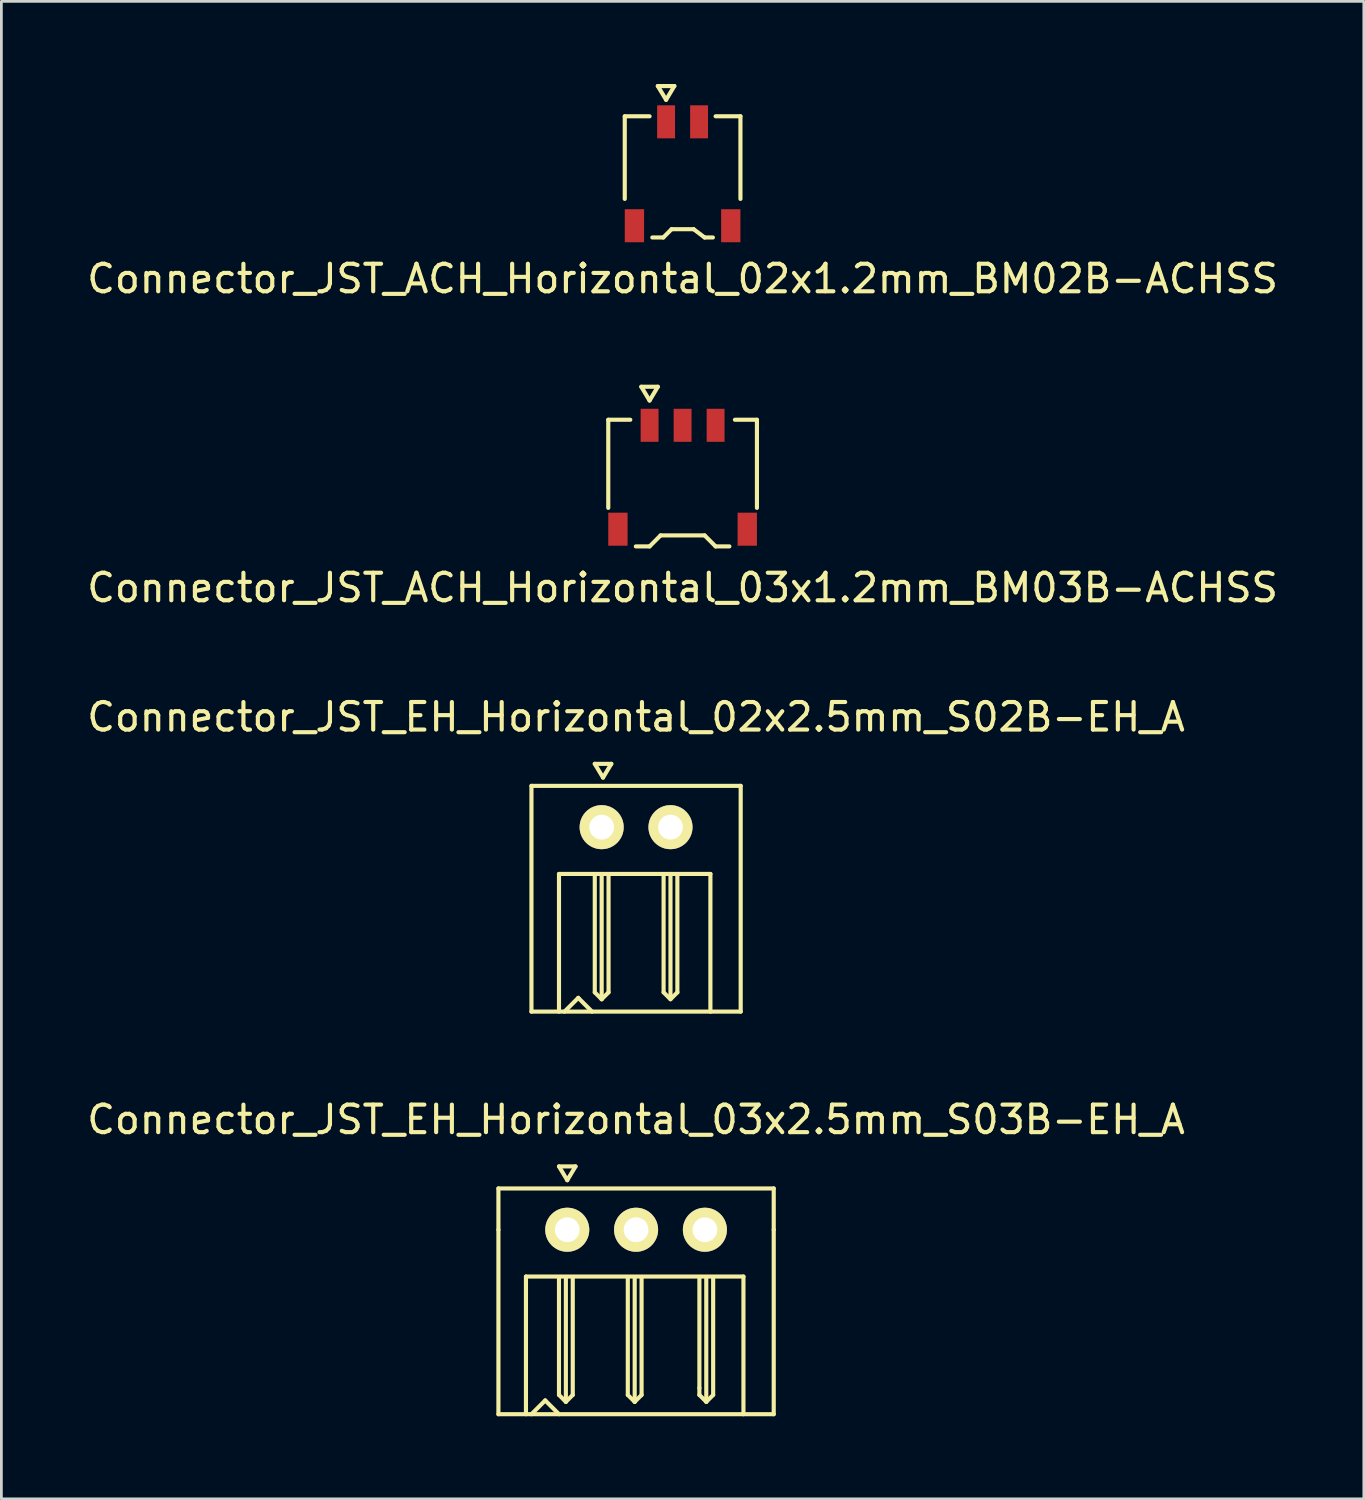
<source format=kicad_pcb>
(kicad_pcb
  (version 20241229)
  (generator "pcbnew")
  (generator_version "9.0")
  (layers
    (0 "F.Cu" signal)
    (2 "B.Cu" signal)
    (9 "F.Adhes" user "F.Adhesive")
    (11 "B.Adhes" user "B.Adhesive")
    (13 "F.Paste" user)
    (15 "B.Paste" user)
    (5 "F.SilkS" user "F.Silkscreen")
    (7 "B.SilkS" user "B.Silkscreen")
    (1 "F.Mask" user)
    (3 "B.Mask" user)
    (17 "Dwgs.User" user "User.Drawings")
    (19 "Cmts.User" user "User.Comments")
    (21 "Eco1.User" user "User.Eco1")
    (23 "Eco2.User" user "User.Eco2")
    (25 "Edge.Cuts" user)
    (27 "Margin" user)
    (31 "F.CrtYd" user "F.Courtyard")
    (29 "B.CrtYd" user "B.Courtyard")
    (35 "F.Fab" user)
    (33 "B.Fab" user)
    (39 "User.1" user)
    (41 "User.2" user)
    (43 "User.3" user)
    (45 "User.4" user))
  (footprint "Connector_JST_ACH_Horizontal_02x1.2mm_BM02B-ACHSS"
    (layer "F.Cu")
    (at 21.744 1.375)
    (property "Reference" "Connector_JST_ACH_Horizontal_02x1.2mm_BM02B-ACHSS" (at 0 5.7 0) (layer "F.SilkS") (effects (font (size 1 1) (thickness 0.15))))
    (attr smd)
    (fp_line (start -2.101 -0.201) (end -1.199 -0.201) (stroke (width 0.15) (type solid)) (layer "F.SilkS"))
    (fp_line (start -2.101 2.8) (end -2.101 -0.201) (stroke (width 0.15) (type solid)) (layer "F.SilkS"))
    (fp_line (start -0.9 -1.3) (end -0.6 -0.8) (stroke (width 0.15) (type solid)) (layer "F.SilkS"))
    (fp_line (start -0.701 4.201) (end -1.1 4.201) (stroke (width 0.15) (type solid)) (layer "F.SilkS"))
    (fp_line (start -0.6 -0.8) (end -0.3 -1.3) (stroke (width 0.15) (type solid)) (layer "F.SilkS"))
    (fp_line (start -0.399 3.899) (end -0.701 4.201) (stroke (width 0.15) (type solid)) (layer "F.SilkS"))
    (fp_line (start -0.3 -1.3) (end -0.9 -1.3) (stroke (width 0.15) (type solid)) (layer "F.SilkS"))
    (fp_line (start 0.399 3.899) (end -0.399 3.899) (stroke (width 0.15) (type solid)) (layer "F.SilkS"))
    (fp_line (start 0.8 4.201) (end 0.399 3.899) (stroke (width 0.15) (type solid)) (layer "F.SilkS"))
    (fp_line (start 1.1 4.201) (end 0.8 4.201) (stroke (width 0.15) (type solid)) (layer "F.SilkS"))
    (fp_line (start 1.199 -0.201) (end 2.101 -0.201) (stroke (width 0.15) (type solid)) (layer "F.SilkS"))
    (fp_line (start 2.101 2.8) (end 2.101 -0.201) (stroke (width 0.15) (type solid)) (layer "F.SilkS"))
    (pad "" smd rect (at -1.75 3.774) (size 0.701 1.2) (layers "F.Cu" "F.Mask" "F.Paste"))
    (pad "" smd rect (at 1.75 3.774) (size 0.701 1.2) (layers "F.Cu" "F.Mask" "F.Paste"))
    (pad "1" smd rect (at -0.599 0) (size 0.65 1.2) (layers "F.Cu" "F.Mask" "F.Paste"))
    (pad "2" smd rect (at 0.599 0) (size 0.65 1.2) (layers "F.Cu" "F.Mask" "F.Paste")))
  (footprint "Connector_JST_ACH_Horizontal_03x1.2mm_BM03B-ACHSS"
    (layer "F.Cu")
    (at 21.744 12.398)
    (property "Reference" "Connector_JST_ACH_Horizontal_03x1.2mm_BM03B-ACHSS" (at 0 5.9 180) (layer "F.SilkS") (effects (font (size 1 1) (thickness 0.15))))
    (attr smd)
    (fp_line (start -2.7 -0.201) (end -1.9 -0.201) (stroke (width 0.15) (type solid)) (layer "F.SilkS"))
    (fp_line (start -2.7 3) (end -2.7 -0.201) (stroke (width 0.15) (type solid)) (layer "F.SilkS"))
    (fp_line (start -1.699 4.399) (end -1.199 4.399) (stroke (width 0.15) (type solid)) (layer "F.SilkS"))
    (fp_line (start -1.5 -1.4) (end -1.2 -0.9) (stroke (width 0.15) (type solid)) (layer "F.SilkS"))
    (fp_line (start -1.2 -0.9) (end -0.9 -1.4) (stroke (width 0.15) (type solid)) (layer "F.SilkS"))
    (fp_line (start -1.199 4.399) (end -0.8 4) (stroke (width 0.15) (type solid)) (layer "F.SilkS"))
    (fp_line (start -0.9 -1.4) (end -1.5 -1.4) (stroke (width 0.15) (type solid)) (layer "F.SilkS"))
    (fp_line (start -0.8 4) (end 0.8 4) (stroke (width 0.15) (type solid)) (layer "F.SilkS"))
    (fp_line (start 0.8 4) (end 1.199 4.399) (stroke (width 0.15) (type solid)) (layer "F.SilkS"))
    (fp_line (start 1.699 4.399) (end 1.199 4.399) (stroke (width 0.15) (type solid)) (layer "F.SilkS"))
    (fp_line (start 2.7 -0.201) (end 1.9 -0.201) (stroke (width 0.15) (type solid)) (layer "F.SilkS"))
    (fp_line (start 2.7 3) (end 2.7 -0.201) (stroke (width 0.15) (type solid)) (layer "F.SilkS"))
    (pad "1" smd rect (at -1.199 0) (size 0.65 1.2) (layers "F.Cu" "F.Mask" "F.Paste"))
    (pad "2" smd rect (at 0 0) (size 0.65 1.2) (layers "F.Cu" "F.Mask" "F.Paste"))
    (pad "3" smd rect (at 1.199 0) (size 0.65 1.2) (layers "F.Cu" "F.Mask" "F.Paste"))
    (pad "4" smd rect (at -2.349 3.774) (size 0.701 1.2) (layers "F.Cu" "F.Mask" "F.Paste"))
    (pad "5" smd rect (at 2.349 3.774) (size 0.701 1.2) (layers "F.Cu" "F.Mask" "F.Paste")))
  (footprint "Connector_JST_EH_Horizontal_03x2.5mm_S03B-EH_A"
    (layer "F.Cu")
    (at 20.054 41.618)
    (property "Reference" "Connector_JST_EH_Horizontal_03x2.5mm_S03B-EH_A" (at 0 -4 0) (layer "F.SilkS") (effects (font (size 1 1) (thickness 0.15))))
    (attr through_hole)
    (fp_line (start -5 0) (end -5 -1.5) (stroke (width 0.15) (type solid)) (layer "F.SilkS"))
    (fp_line (start -5 6.7) (end -5 0) (stroke (width 0.15) (type solid)) (layer "F.SilkS"))
    (fp_line (start -5 6.7) (end 5 6.7) (stroke (width 0.15) (type solid)) (layer "F.SilkS"))
    (fp_line (start -4 1.7) (end -4 6.7) (stroke (width 0.15) (type solid)) (layer "F.SilkS"))
    (fp_line (start -4 1.7) (end 3.9 1.7) (stroke (width 0.15) (type solid)) (layer "F.SilkS"))
    (fp_line (start -3.8 6.7) (end -3.3 6.2) (stroke (width 0.15) (type solid)) (layer "F.SilkS"))
    (fp_line (start -3.3 6.2) (end -2.8 6.7) (stroke (width 0.15) (type solid)) (layer "F.SilkS"))
    (fp_line (start -2.8 -2.3) (end -2.5 -1.8) (stroke (width 0.15) (type solid)) (layer "F.SilkS"))
    (fp_line (start -2.8 6) (end -2.8 1.75) (stroke (width 0.15) (type solid)) (layer "F.SilkS"))
    (fp_line (start -2.55 6.25) (end -2.8 6) (stroke (width 0.15) (type solid)) (layer "F.SilkS"))
    (fp_line (start -2.55 6.25) (end -2.55 1.75) (stroke (width 0.15) (type solid)) (layer "F.SilkS"))
    (fp_line (start -2.5 -1.8) (end -2.2 -2.3) (stroke (width 0.15) (type solid)) (layer "F.SilkS"))
    (fp_line (start -2.3 1.75) (end -2.3 6) (stroke (width 0.15) (type solid)) (layer "F.SilkS"))
    (fp_line (start -2.3 6) (end -2.55 6.25) (stroke (width 0.15) (type solid)) (layer "F.SilkS"))
    (fp_line (start -2.2 -2.3) (end -2.8 -2.3) (stroke (width 0.15) (type solid)) (layer "F.SilkS"))
    (fp_line (start -0.3 6) (end -0.3 1.75) (stroke (width 0.15) (type solid)) (layer "F.SilkS"))
    (fp_line (start -0.05 1.75) (end -0.05 6.25) (stroke (width 0.15) (type solid)) (layer "F.SilkS"))
    (fp_line (start -0.05 6.25) (end -0.3 6) (stroke (width 0.15) (type solid)) (layer "F.SilkS"))
    (fp_line (start 0.2 1.75) (end 0.2 6) (stroke (width 0.15) (type solid)) (layer "F.SilkS"))
    (fp_line (start 0.2 6) (end -0.05 6.25) (stroke (width 0.15) (type solid)) (layer "F.SilkS"))
    (fp_line (start 2.3 1.75) (end 2.3 5.75) (stroke (width 0.15) (type solid)) (layer "F.SilkS"))
    (fp_line (start 2.3 5.75) (end 2.3 6) (stroke (width 0.15) (type solid)) (layer "F.SilkS"))
    (fp_line (start 2.3 6) (end 2.55 6.25) (stroke (width 0.15) (type solid)) (layer "F.SilkS"))
    (fp_line (start 2.55 6.25) (end 2.55 1.75) (stroke (width 0.15) (type solid)) (layer "F.SilkS"))
    (fp_line (start 2.55 6.25) (end 2.8 6) (stroke (width 0.15) (type solid)) (layer "F.SilkS"))
    (fp_line (start 2.8 6) (end 2.8 1.75) (stroke (width 0.15) (type solid)) (layer "F.SilkS"))
    (fp_line (start 3.9 6.7) (end 3.9 1.7) (stroke (width 0.15) (type solid)) (layer "F.SilkS"))
    (fp_line (start 5 -1.5) (end -5 -1.5) (stroke (width 0.15) (type solid)) (layer "F.SilkS"))
    (fp_line (start 5 -1.5) (end 5 0) (stroke (width 0.15) (type solid)) (layer "F.SilkS"))
    (fp_line (start 5 0) (end 5 6.7) (stroke (width 0.15) (type solid)) (layer "F.SilkS"))
    (pad "1" thru_hole circle (at -2.5 0) (size 1.6 1.6) (drill 0.9) (layers "*.Cu" "*.Mask" "F.SilkS"))
    (pad "2" thru_hole circle (at 0 0) (size 1.6 1.6) (drill 0.9) (layers "*.Cu" "*.Mask" "F.SilkS"))
    (pad "3" thru_hole circle (at 2.5 0) (size 1.6 1.6) (drill 0.9) (layers "*.Cu" "*.Mask" "F.SilkS")))
  (footprint "Connector_JST_EH_Horizontal_02x2.5mm_S02B-EH_A"
    (layer "F.Cu")
    (at 20.054 26.995)
    (property "Reference" "Connector_JST_EH_Horizontal_02x2.5mm_S02B-EH_A" (at 0 -4 0) (layer "F.SilkS") (effects (font (size 1 1) (thickness 0.15))))
    (attr through_hole)
    (fp_line (start -3.8 -1.5) (end -3.8 6.7) (stroke (width 0.15) (type solid)) (layer "F.SilkS"))
    (fp_line (start -3.8 -1.5) (end 3.8 -1.5) (stroke (width 0.15) (type solid)) (layer "F.SilkS"))
    (fp_line (start -2.8 1.7) (end -2.8 6.7) (stroke (width 0.15) (type solid)) (layer "F.SilkS"))
    (fp_line (start -2.1 6.2) (end -2.6 6.7) (stroke (width 0.15) (type solid)) (layer "F.SilkS"))
    (fp_line (start -2.1 6.2) (end -1.6 6.7) (stroke (width 0.15) (type solid)) (layer "F.SilkS"))
    (fp_line (start -1.5 -2.3) (end -1.2 -1.8) (stroke (width 0.15) (type solid)) (layer "F.SilkS"))
    (fp_line (start -1.5 6) (end -1.5 1.75) (stroke (width 0.15) (type solid)) (layer "F.SilkS"))
    (fp_line (start -1.25 6.25) (end -1.5 6) (stroke (width 0.15) (type solid)) (layer "F.SilkS"))
    (fp_line (start -1.25 6.25) (end -1.25 1.7) (stroke (width 0.15) (type solid)) (layer "F.SilkS"))
    (fp_line (start -1.2 -1.8) (end -0.9 -2.3) (stroke (width 0.15) (type solid)) (layer "F.SilkS"))
    (fp_line (start -1 1.75) (end -1 6) (stroke (width 0.15) (type solid)) (layer "F.SilkS"))
    (fp_line (start -1 6) (end -1.25 6.25) (stroke (width 0.15) (type solid)) (layer "F.SilkS"))
    (fp_line (start -0.9 -2.3) (end -1.5 -2.3) (stroke (width 0.15) (type solid)) (layer "F.SilkS"))
    (fp_line (start 1 1.75) (end 1 6) (stroke (width 0.15) (type solid)) (layer "F.SilkS"))
    (fp_line (start 1 6) (end 1.25 6.25) (stroke (width 0.15) (type solid)) (layer "F.SilkS"))
    (fp_line (start 1.25 6.2) (end 1.25 1.7) (stroke (width 0.15) (type solid)) (layer "F.SilkS"))
    (fp_line (start 1.25 6.25) (end 1.5 6) (stroke (width 0.15) (type solid)) (layer "F.SilkS"))
    (fp_line (start 1.5 6) (end 1.5 1.75) (stroke (width 0.15) (type solid)) (layer "F.SilkS"))
    (fp_line (start 2.7 1.7) (end -2.8 1.7) (stroke (width 0.15) (type solid)) (layer "F.SilkS"))
    (fp_line (start 2.7 1.7) (end 2.7 6.7) (stroke (width 0.15) (type solid)) (layer "F.SilkS"))
    (fp_line (start 3.8 -1.5) (end 3.8 6.7) (stroke (width 0.15) (type solid)) (layer "F.SilkS"))
    (fp_line (start 3.8 6.7) (end -3.8 6.7) (stroke (width 0.15) (type solid)) (layer "F.SilkS"))
    (pad "1" thru_hole circle (at -1.25 0) (size 1.6 1.6) (drill 0.9) (layers "*.Cu" "*.Mask" "F.SilkS"))
    (pad "2" thru_hole circle (at 1.25 0) (size 1.6 1.6) (drill 0.9) (layers "*.Cu" "*.Mask" "F.SilkS")))
  (gr_rect
    (start -3 -3)
    (end 46.488 51.393)
    (stroke (width 0.1) (type default))
    (fill no)
    (layer "Edge.Cuts")))
</source>
